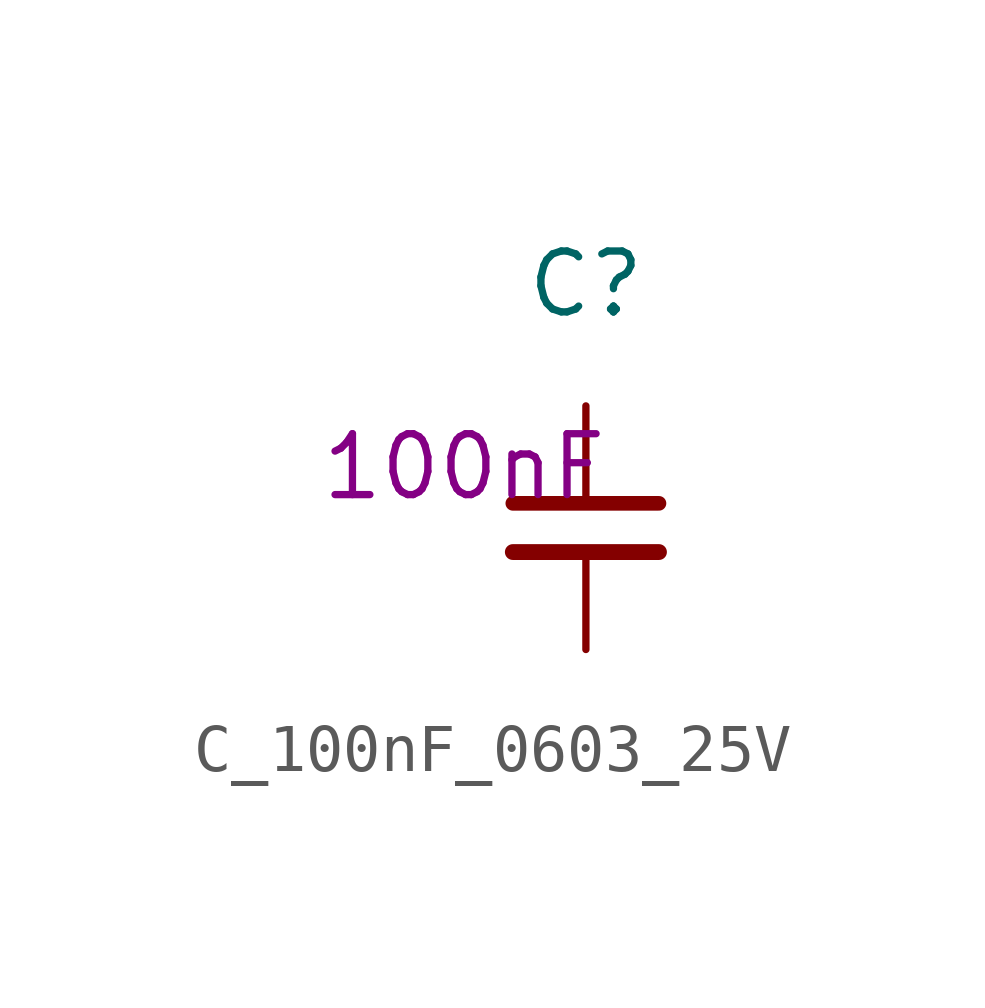
<source format=kicad_sym>
(kicad_symbol_lib
  (version 20220914)
  (generator kicad_symbol_editor)
  (symbol "C_100nF_0603_25V"
    (pin_numbers hide)
    (pin_names
      (offset 1.016) hide)
    (property "Reference" "C"
      (at 0 5.08 0)
      (effects (font (size 1.27 1.27))))
    (property "Waarde" "100nF"
      (at -2.54 1.27 0)
      (effects (font (size 1.27 1.27))))
    (symbol "C_100nF_0603_25V_0_1"
      (polyline (pts (xy -1.524 -0.508) (xy 1.524 -0.508)) (stroke (width 0.33) (type default)) (fill (type none)))
      (polyline (pts (xy -1.524 0.508) (xy 1.524 0.508)) (stroke (width 0.305) (type default)) (fill (type none))))
    (symbol "C_100nF_0603_25V_1_1"
      (pin passive line (at 0 2.54 270) (length 2.032) (name "~" (effects (font (size 1.27 1.27)))) (number "1" (effects (font (size 1.27 1.27)))))
      (pin passive line (at 0 -2.54 90) (length 2.032) (name "~" (effects (font (size 1.27 1.27)))) (number "2" (effects (font (size 1.27 1.27))))))))
</source>
